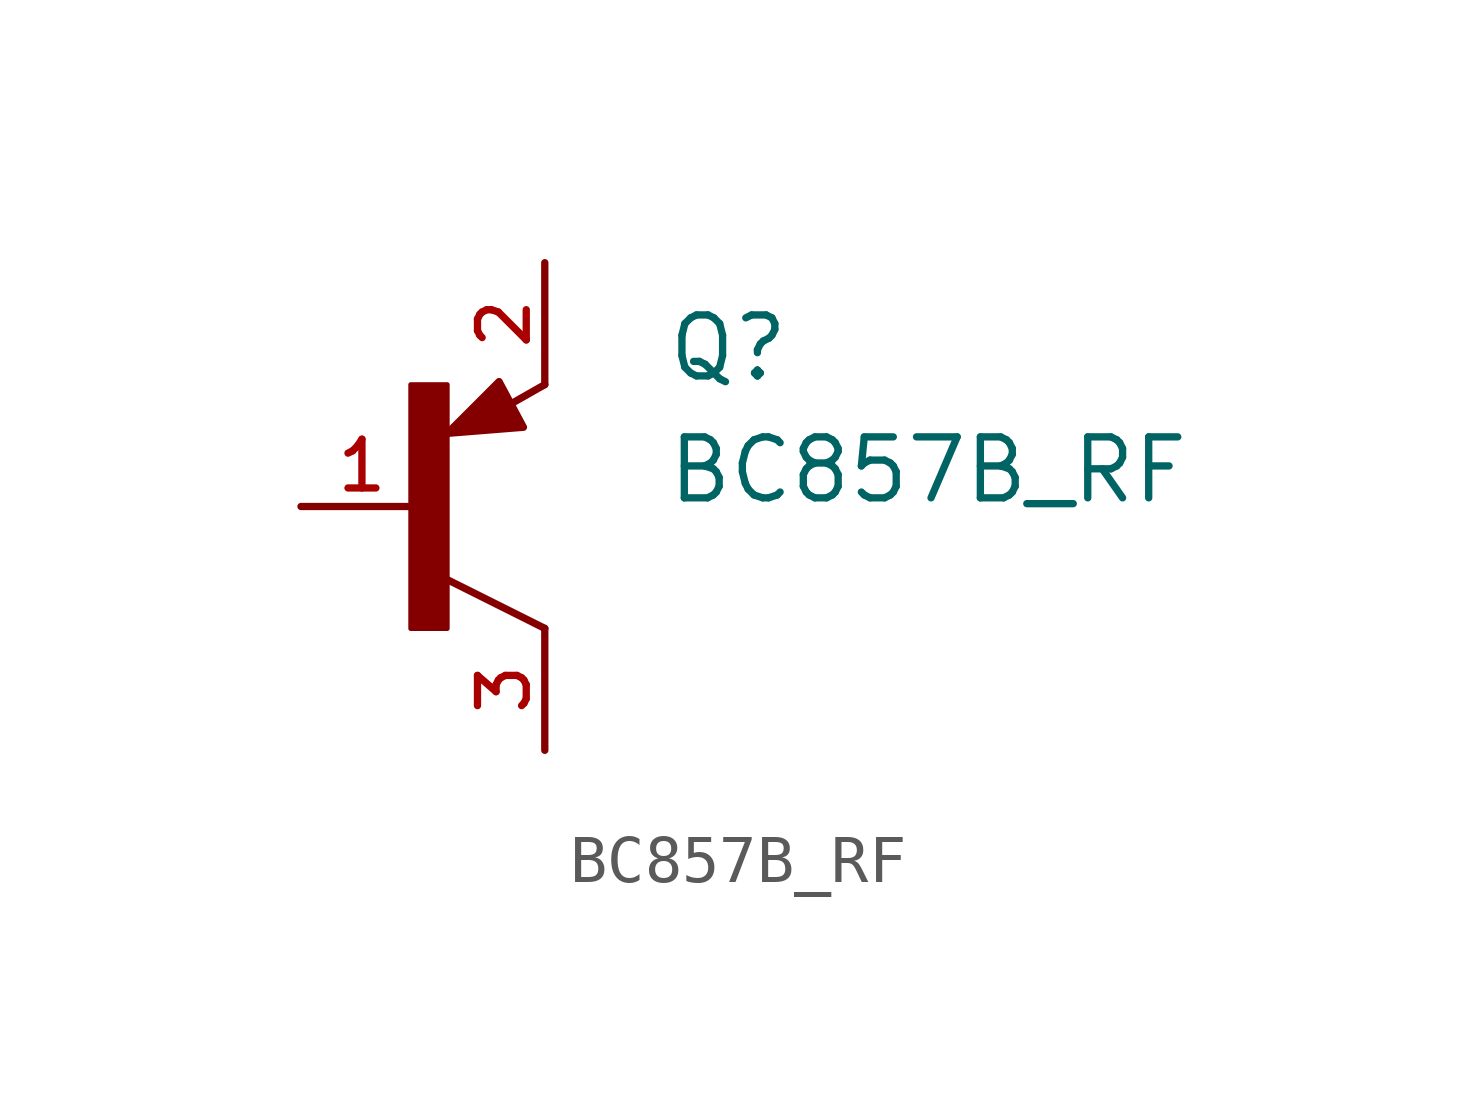
<source format=kicad_sym>
(kicad_symbol_lib
  (version 20211014)
  (generator kicad_symbol_editor)
  (symbol "BC857B_RF"
    (pin_names
      (offset 1.016))
    (property "Reference" "Q"
      (at 5.056 2.558 0)
      (effects (font (size 1.27 1.27)) (justify bottom left)))
    (property "Value" "BC857B_RF"
      (at 5.045 0.017 0)
      (effects (font (size 1.27 1.27)) (justify bottom left)))
    (symbol "BC857B_RF_0_0"
      (polyline (pts (xy 2.54 2.54) (xy 1.808 2.124)) (stroke (width 0.152)))
      (polyline (pts (xy 2.54 -2.54) (xy 0.508 -1.524)) (stroke (width 0.152)))
      (rectangle (start -0.254 -2.544) (end 0.508 2.54) (stroke (width 0.1)) (fill (type outline)))
      (polyline (pts (xy 0.508 1.524) (xy 1.587 2.603) (xy 2.095 1.651) (xy 0.508 1.524)) (stroke (width 0.152)) (fill (type outline)))
      (pin passive line (at -2.54 0.0 0) (length 2.54) (name "~" (effects (font (size 1.016 1.016)))) (number "1" (effects (font (size 1.016 1.016)))))
      (pin passive line (at 2.54 5.08 270.0) (length 2.54) (name "~" (effects (font (size 1.016 1.016)))) (number "2" (effects (font (size 1.016 1.016)))))
      (pin passive line (at 2.54 -5.08 90.0) (length 2.54) (name "~" (effects (font (size 1.016 1.016)))) (number "3" (effects (font (size 1.016 1.016))))))))
</source>
